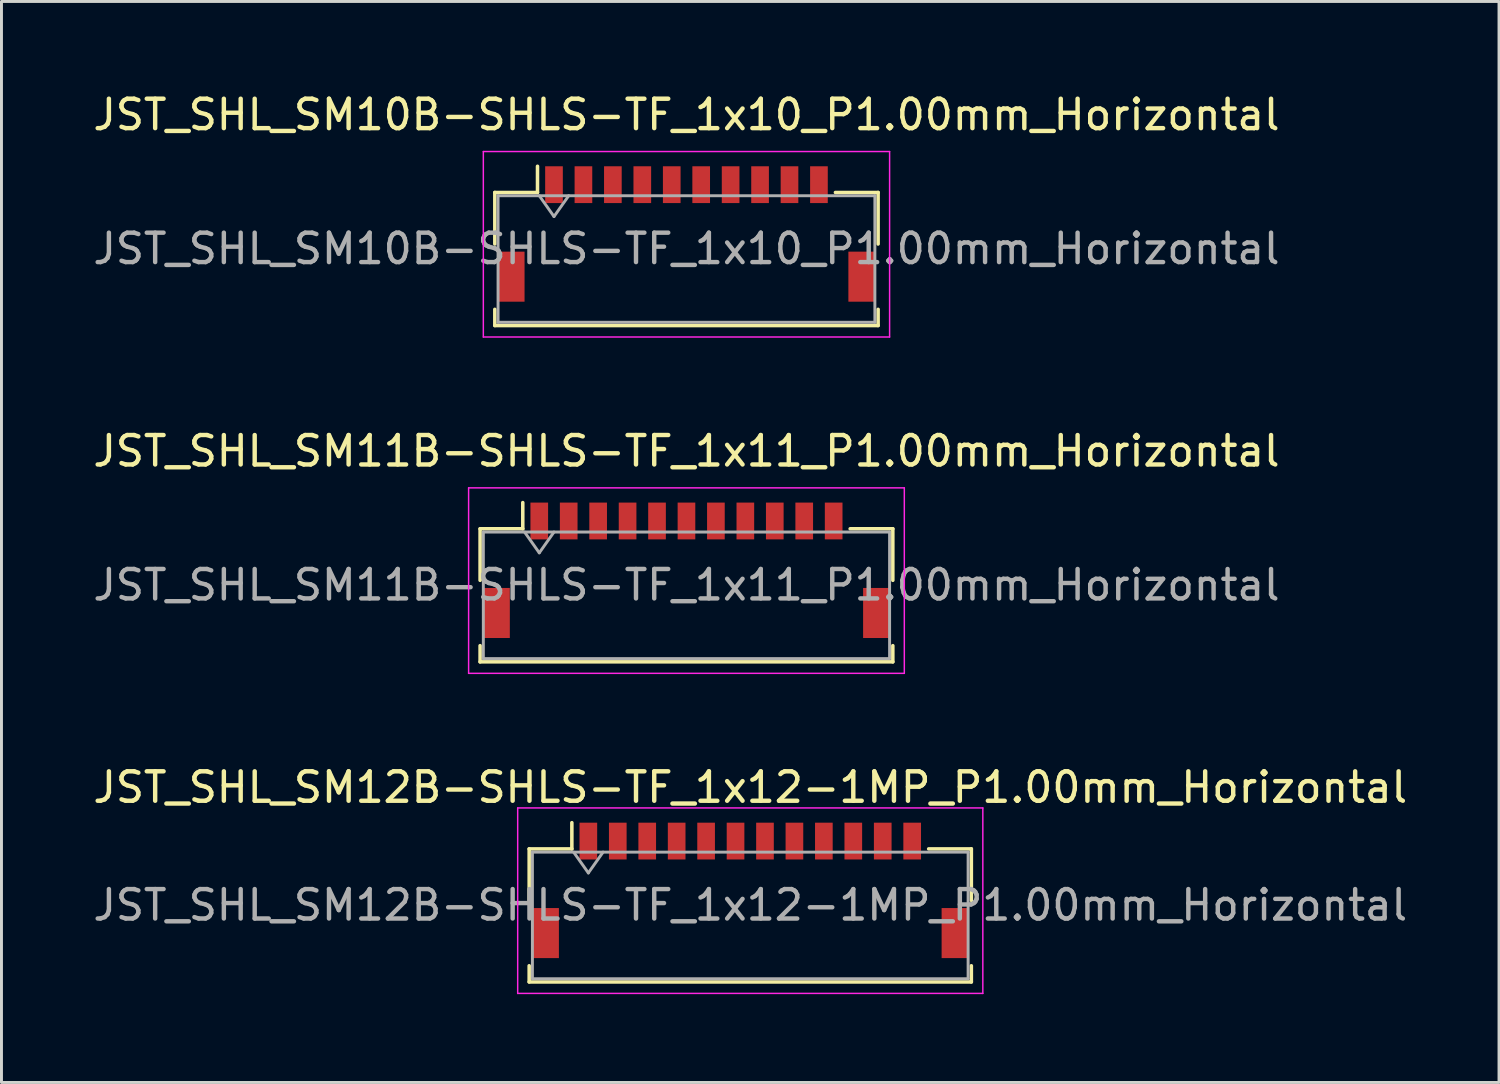
<source format=kicad_pcb>
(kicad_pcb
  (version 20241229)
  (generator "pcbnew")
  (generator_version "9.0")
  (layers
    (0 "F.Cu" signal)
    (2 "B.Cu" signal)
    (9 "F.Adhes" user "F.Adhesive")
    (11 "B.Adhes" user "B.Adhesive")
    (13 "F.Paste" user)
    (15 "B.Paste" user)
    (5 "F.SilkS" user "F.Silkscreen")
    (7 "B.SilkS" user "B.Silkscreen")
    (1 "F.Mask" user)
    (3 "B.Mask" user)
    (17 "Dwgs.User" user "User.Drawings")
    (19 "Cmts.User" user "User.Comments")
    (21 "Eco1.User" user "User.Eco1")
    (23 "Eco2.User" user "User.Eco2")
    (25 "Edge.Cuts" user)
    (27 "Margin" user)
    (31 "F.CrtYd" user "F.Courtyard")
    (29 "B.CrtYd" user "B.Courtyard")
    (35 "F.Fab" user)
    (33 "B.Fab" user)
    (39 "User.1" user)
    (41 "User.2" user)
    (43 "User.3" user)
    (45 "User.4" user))
  (footprint "JST_SHL_SM11B-SHLS-TF_1x11_P1.00mm_Horizontal"
    (layer "F.Cu")
    (at 20.268 16.322)
    (property "Reference" "JST_SHL_SM11B-SHLS-TF_1x11_P1.00mm_Horizontal" (at 0 -4.05 0) (layer "F.SilkS") (effects (font (size 1 1) (thickness 0.15))))
    (attr smd)
    (fp_line (start -7.01 -1.41) (end -5.56 -1.41) (stroke (width 0.12) (type solid)) (layer "F.SilkS"))
    (fp_line (start -7.01 0.34) (end -7.01 -1.41) (stroke (width 0.12) (type solid)) (layer "F.SilkS"))
    (fp_line (start -7.01 2.56) (end -7.01 3.11) (stroke (width 0.12) (type solid)) (layer "F.SilkS"))
    (fp_line (start -7.01 3.11) (end 7.01 3.11) (stroke (width 0.12) (type solid)) (layer "F.SilkS"))
    (fp_line (start -5.56 -1.41) (end -5.56 -2.3) (stroke (width 0.12) (type solid)) (layer "F.SilkS"))
    (fp_line (start 7.01 -1.41) (end 5.56 -1.41) (stroke (width 0.12) (type solid)) (layer "F.SilkS"))
    (fp_line (start 7.01 0.34) (end 7.01 -1.41) (stroke (width 0.12) (type solid)) (layer "F.SilkS"))
    (fp_line (start 7.01 3.11) (end 7.01 2.56) (stroke (width 0.12) (type solid)) (layer "F.SilkS"))
    (fp_line (start -7.4 -2.8) (end -7.4 3.5) (stroke (width 0.05) (type solid)) (layer "F.CrtYd"))
    (fp_line (start -7.4 3.5) (end 7.4 3.5) (stroke (width 0.05) (type solid)) (layer "F.CrtYd"))
    (fp_line (start 7.4 -2.8) (end -7.4 -2.8) (stroke (width 0.05) (type solid)) (layer "F.CrtYd"))
    (fp_line (start 7.4 3.5) (end 7.4 -2.8) (stroke (width 0.05) (type solid)) (layer "F.CrtYd"))
    (fp_line (start -6.9 -1.3) (end -6.9 3) (stroke (width 0.1) (type solid)) (layer "F.Fab"))
    (fp_line (start -6.9 -1.3) (end 6.9 -1.3) (stroke (width 0.1) (type solid)) (layer "F.Fab"))
    (fp_line (start -6.9 3) (end 6.9 3) (stroke (width 0.1) (type solid)) (layer "F.Fab"))
    (fp_line (start -5.5 -1.3) (end -5 -0.593) (stroke (width 0.1) (type solid)) (layer "F.Fab"))
    (fp_line (start -5 -0.593) (end -4.5 -1.3) (stroke (width 0.1) (type solid)) (layer "F.Fab"))
    (fp_line (start 6.9 -1.3) (end 6.9 3) (stroke (width 0.1) (type solid)) (layer "F.Fab"))
    (fp_text user "${REFERENCE}" (at 0 0.5 0) (layer "F.Fab") (effects (font (size 1 1) (thickness 0.15))))
    (pad "" smd rect (at -6.45 1.45) (size 0.9 1.7) (layers "F.Cu" "F.Mask" "F.Paste"))
    (pad "" smd rect (at 6.45 1.45) (size 0.9 1.7) (layers "F.Cu" "F.Mask" "F.Paste"))
    (pad "1" smd rect (at -5 -1.675) (size 0.6 1.25) (layers "F.Cu" "F.Mask" "F.Paste"))
    (pad "2" smd rect (at -4 -1.675) (size 0.6 1.25) (layers "F.Cu" "F.Mask" "F.Paste"))
    (pad "3" smd rect (at -3 -1.675) (size 0.6 1.25) (layers "F.Cu" "F.Mask" "F.Paste"))
    (pad "4" smd rect (at -2 -1.675) (size 0.6 1.25) (layers "F.Cu" "F.Mask" "F.Paste"))
    (pad "5" smd rect (at -1 -1.675) (size 0.6 1.25) (layers "F.Cu" "F.Mask" "F.Paste"))
    (pad "6" smd rect (at 0 -1.675) (size 0.6 1.25) (layers "F.Cu" "F.Mask" "F.Paste"))
    (pad "7" smd rect (at 1 -1.675) (size 0.6 1.25) (layers "F.Cu" "F.Mask" "F.Paste"))
    (pad "8" smd rect (at 2 -1.675) (size 0.6 1.25) (layers "F.Cu" "F.Mask" "F.Paste"))
    (pad "9" smd rect (at 3 -1.675) (size 0.6 1.25) (layers "F.Cu" "F.Mask" "F.Paste"))
    (pad "10" smd rect (at 4 -1.675) (size 0.6 1.25) (layers "F.Cu" "F.Mask" "F.Paste"))
    (pad "11" smd rect (at 5 -1.675) (size 0.6 1.25) (layers "F.Cu" "F.Mask" "F.Paste")))
  (footprint "JST_SHL_SM12B-SHLS-TF_1x12-1MP_P1.00mm_Horizontal"
    (layer "F.Cu")
    (at 22.435 27.195)
    (property "Reference" "JST_SHL_SM12B-SHLS-TF_1x12-1MP_P1.00mm_Horizontal" (at 0 -3.5 0) (layer "F.SilkS") (effects (font (size 1 1) (thickness 0.15))))
    (attr smd)
    (fp_line (start -7.51 -1.41) (end -6.06 -1.41) (stroke (width 0.12) (type solid)) (layer "F.SilkS"))
    (fp_line (start -7.51 0.34) (end -7.51 -1.41) (stroke (width 0.12) (type solid)) (layer "F.SilkS"))
    (fp_line (start -7.51 2.56) (end -7.51 3.11) (stroke (width 0.12) (type solid)) (layer "F.SilkS"))
    (fp_line (start -7.51 3.11) (end 7.51 3.11) (stroke (width 0.12) (type solid)) (layer "F.SilkS"))
    (fp_line (start -6.06 -1.41) (end -6.06 -2.3) (stroke (width 0.12) (type solid)) (layer "F.SilkS"))
    (fp_line (start 7.51 -1.41) (end 6.06 -1.41) (stroke (width 0.12) (type solid)) (layer "F.SilkS"))
    (fp_line (start 7.51 0.34) (end 7.51 -1.41) (stroke (width 0.12) (type solid)) (layer "F.SilkS"))
    (fp_line (start 7.51 3.11) (end 7.51 2.56) (stroke (width 0.12) (type solid)) (layer "F.SilkS"))
    (fp_line (start -7.9 -2.8) (end -7.9 3.5) (stroke (width 0.05) (type solid)) (layer "F.CrtYd"))
    (fp_line (start -7.9 3.5) (end 7.9 3.5) (stroke (width 0.05) (type solid)) (layer "F.CrtYd"))
    (fp_line (start 7.9 -2.8) (end -7.9 -2.8) (stroke (width 0.05) (type solid)) (layer "F.CrtYd"))
    (fp_line (start 7.9 3.5) (end 7.9 -2.8) (stroke (width 0.05) (type solid)) (layer "F.CrtYd"))
    (fp_line (start -7.4 -1.3) (end -7.4 3) (stroke (width 0.1) (type solid)) (layer "F.Fab"))
    (fp_line (start -7.4 -1.3) (end 7.4 -1.3) (stroke (width 0.1) (type solid)) (layer "F.Fab"))
    (fp_line (start -7.4 3) (end 7.4 3) (stroke (width 0.1) (type solid)) (layer "F.Fab"))
    (fp_line (start -6 -1.3) (end -5.5 -0.593) (stroke (width 0.1) (type solid)) (layer "F.Fab"))
    (fp_line (start -5.5 -0.593) (end -5 -1.3) (stroke (width 0.1) (type solid)) (layer "F.Fab"))
    (fp_line (start 7.4 -1.3) (end 7.4 3) (stroke (width 0.1) (type solid)) (layer "F.Fab"))
    (fp_text user "${REFERENCE}" (at 0 0.5 0) (layer "F.Fab") (effects (font (size 1 1) (thickness 0.15))))
    (pad "1" smd rect (at -5.5 -1.675) (size 0.6 1.25) (layers "F.Cu" "F.Mask" "F.Paste"))
    (pad "2" smd rect (at -4.5 -1.675) (size 0.6 1.25) (layers "F.Cu" "F.Mask" "F.Paste"))
    (pad "3" smd rect (at -3.5 -1.675) (size 0.6 1.25) (layers "F.Cu" "F.Mask" "F.Paste"))
    (pad "4" smd rect (at -2.5 -1.675) (size 0.6 1.25) (layers "F.Cu" "F.Mask" "F.Paste"))
    (pad "5" smd rect (at -1.5 -1.675) (size 0.6 1.25) (layers "F.Cu" "F.Mask" "F.Paste"))
    (pad "6" smd rect (at -0.5 -1.675) (size 0.6 1.25) (layers "F.Cu" "F.Mask" "F.Paste"))
    (pad "7" smd rect (at 0.5 -1.675) (size 0.6 1.25) (layers "F.Cu" "F.Mask" "F.Paste"))
    (pad "8" smd rect (at 1.5 -1.675) (size 0.6 1.25) (layers "F.Cu" "F.Mask" "F.Paste"))
    (pad "9" smd rect (at 2.5 -1.675) (size 0.6 1.25) (layers "F.Cu" "F.Mask" "F.Paste"))
    (pad "10" smd rect (at 3.5 -1.675) (size 0.6 1.25) (layers "F.Cu" "F.Mask" "F.Paste"))
    (pad "11" smd rect (at 4.5 -1.675) (size 0.6 1.25) (layers "F.Cu" "F.Mask" "F.Paste"))
    (pad "12" smd rect (at 5.5 -1.675) (size 0.6 1.25) (layers "F.Cu" "F.Mask" "F.Paste"))
    (pad "MP" smd rect (at -6.95 1.45) (size 0.9 1.7) (layers "F.Cu" "F.Mask" "F.Paste"))
    (pad "MP" smd rect (at 6.95 1.45) (size 0.9 1.7) (layers "F.Cu" "F.Mask" "F.Paste")))
  (footprint "JST_SHL_SM10B-SHLS-TF_1x10_P1.00mm_Horizontal"
    (layer "F.Cu")
    (at 20.268 4.898)
    (property "Reference" "JST_SHL_SM10B-SHLS-TF_1x10_P1.00mm_Horizontal" (at 0 -4.05 0) (layer "F.SilkS") (effects (font (size 1 1) (thickness 0.15))))
    (attr smd)
    (fp_line (start -6.51 -1.41) (end -5.06 -1.41) (stroke (width 0.12) (type solid)) (layer "F.SilkS"))
    (fp_line (start -6.51 0.34) (end -6.51 -1.41) (stroke (width 0.12) (type solid)) (layer "F.SilkS"))
    (fp_line (start -6.51 2.56) (end -6.51 3.11) (stroke (width 0.12) (type solid)) (layer "F.SilkS"))
    (fp_line (start -6.51 3.11) (end 6.51 3.11) (stroke (width 0.12) (type solid)) (layer "F.SilkS"))
    (fp_line (start -5.06 -1.41) (end -5.06 -2.3) (stroke (width 0.12) (type solid)) (layer "F.SilkS"))
    (fp_line (start 6.51 -1.41) (end 5.06 -1.41) (stroke (width 0.12) (type solid)) (layer "F.SilkS"))
    (fp_line (start 6.51 0.34) (end 6.51 -1.41) (stroke (width 0.12) (type solid)) (layer "F.SilkS"))
    (fp_line (start 6.51 3.11) (end 6.51 2.56) (stroke (width 0.12) (type solid)) (layer "F.SilkS"))
    (fp_line (start -6.9 -2.8) (end -6.9 3.5) (stroke (width 0.05) (type solid)) (layer "F.CrtYd"))
    (fp_line (start -6.9 3.5) (end 6.9 3.5) (stroke (width 0.05) (type solid)) (layer "F.CrtYd"))
    (fp_line (start 6.9 -2.8) (end -6.9 -2.8) (stroke (width 0.05) (type solid)) (layer "F.CrtYd"))
    (fp_line (start 6.9 3.5) (end 6.9 -2.8) (stroke (width 0.05) (type solid)) (layer "F.CrtYd"))
    (fp_line (start -6.4 -1.3) (end -6.4 3) (stroke (width 0.1) (type solid)) (layer "F.Fab"))
    (fp_line (start -6.4 -1.3) (end 6.4 -1.3) (stroke (width 0.1) (type solid)) (layer "F.Fab"))
    (fp_line (start -6.4 3) (end 6.4 3) (stroke (width 0.1) (type solid)) (layer "F.Fab"))
    (fp_line (start -5 -1.3) (end -4.5 -0.593) (stroke (width 0.1) (type solid)) (layer "F.Fab"))
    (fp_line (start -4.5 -0.593) (end -4 -1.3) (stroke (width 0.1) (type solid)) (layer "F.Fab"))
    (fp_line (start 6.4 -1.3) (end 6.4 3) (stroke (width 0.1) (type solid)) (layer "F.Fab"))
    (fp_text user "${REFERENCE}" (at 0 0.5 0) (layer "F.Fab") (effects (font (size 1 1) (thickness 0.15))))
    (pad "" smd rect (at -5.95 1.45) (size 0.9 1.7) (layers "F.Cu" "F.Mask" "F.Paste"))
    (pad "" smd rect (at 5.95 1.45) (size 0.9 1.7) (layers "F.Cu" "F.Mask" "F.Paste"))
    (pad "1" smd rect (at -4.5 -1.675) (size 0.6 1.25) (layers "F.Cu" "F.Mask" "F.Paste"))
    (pad "2" smd rect (at -3.5 -1.675) (size 0.6 1.25) (layers "F.Cu" "F.Mask" "F.Paste"))
    (pad "3" smd rect (at -2.5 -1.675) (size 0.6 1.25) (layers "F.Cu" "F.Mask" "F.Paste"))
    (pad "4" smd rect (at -1.5 -1.675) (size 0.6 1.25) (layers "F.Cu" "F.Mask" "F.Paste"))
    (pad "5" smd rect (at -0.5 -1.675) (size 0.6 1.25) (layers "F.Cu" "F.Mask" "F.Paste"))
    (pad "6" smd rect (at 0.5 -1.675) (size 0.6 1.25) (layers "F.Cu" "F.Mask" "F.Paste"))
    (pad "7" smd rect (at 1.5 -1.675) (size 0.6 1.25) (layers "F.Cu" "F.Mask" "F.Paste"))
    (pad "8" smd rect (at 2.5 -1.675) (size 0.6 1.25) (layers "F.Cu" "F.Mask" "F.Paste"))
    (pad "9" smd rect (at 3.5 -1.675) (size 0.6 1.25) (layers "F.Cu" "F.Mask" "F.Paste"))
    (pad "10" smd rect (at 4.5 -1.675) (size 0.6 1.25) (layers "F.Cu" "F.Mask" "F.Paste")))
  (gr_rect
    (start -3 -3)
    (end 47.869 33.72)
    (stroke (width 0.1) (type default))
    (fill no)
    (layer "Edge.Cuts")))
</source>
